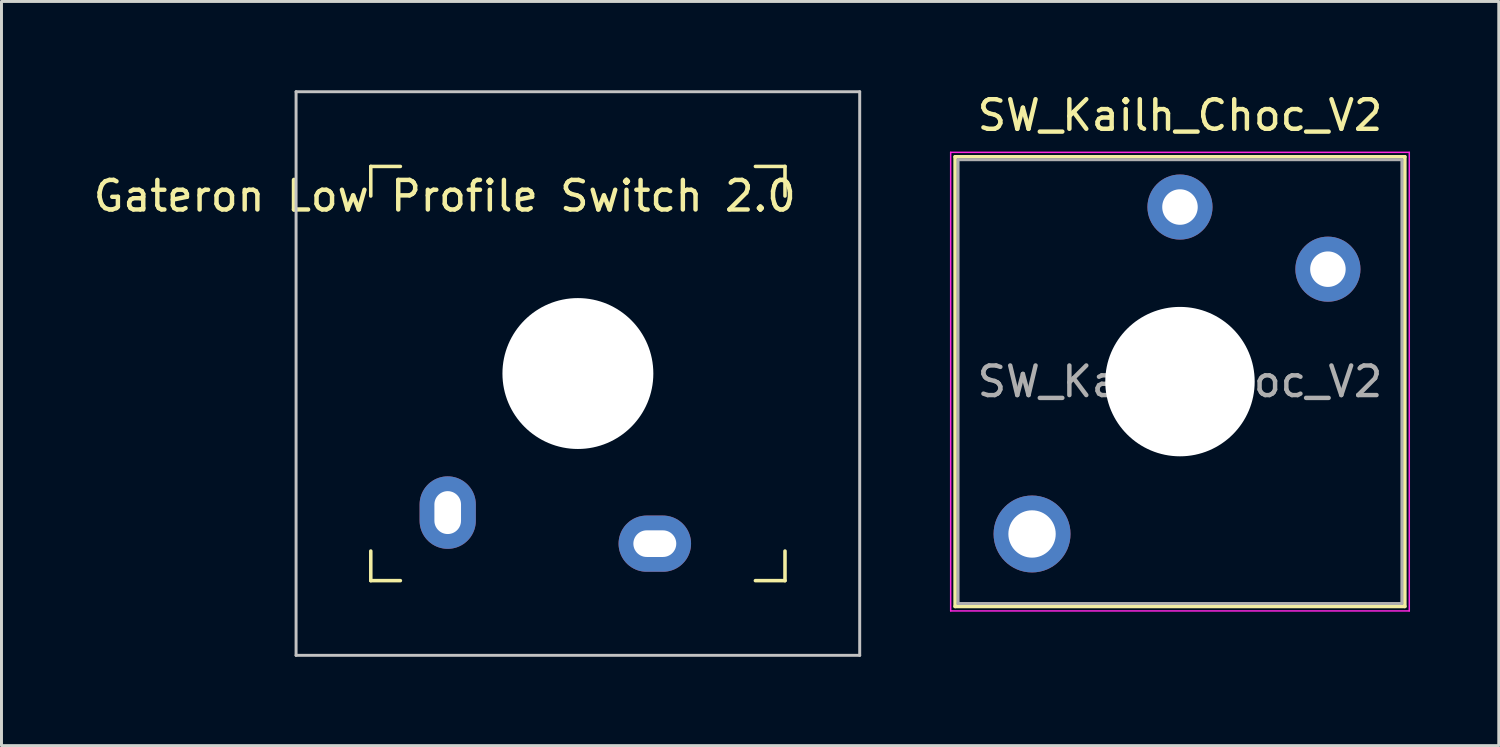
<source format=kicad_pcb>
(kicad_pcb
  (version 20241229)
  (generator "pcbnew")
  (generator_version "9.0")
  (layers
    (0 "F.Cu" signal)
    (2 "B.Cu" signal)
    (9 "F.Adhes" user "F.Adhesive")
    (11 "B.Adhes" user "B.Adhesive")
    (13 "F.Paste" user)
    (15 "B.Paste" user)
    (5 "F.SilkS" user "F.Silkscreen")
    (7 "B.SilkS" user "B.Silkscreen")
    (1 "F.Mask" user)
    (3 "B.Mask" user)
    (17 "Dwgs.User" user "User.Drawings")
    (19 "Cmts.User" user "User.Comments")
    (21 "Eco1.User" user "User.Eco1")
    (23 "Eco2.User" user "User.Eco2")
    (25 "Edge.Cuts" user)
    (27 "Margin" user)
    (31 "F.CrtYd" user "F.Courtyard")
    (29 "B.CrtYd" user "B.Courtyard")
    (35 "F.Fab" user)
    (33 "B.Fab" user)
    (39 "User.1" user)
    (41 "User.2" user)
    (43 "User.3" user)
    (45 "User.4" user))
  (footprint "SW_Kailh_Choc_V2"
    (layer "F.Cu")
    (at 36.832 9.848)
    (property "Reference" "SW_Kailh_Choc_V2" (at 0 -9 0) (layer "F.SilkS") (effects (font (size 1 1) (thickness 0.15))))
    (attr through_hole)
    (fp_line (start -7.6 -7.6) (end -7.6 7.6) (stroke (width 0.12) (type solid)) (layer "F.SilkS"))
    (fp_line (start -7.6 7.6) (end 7.6 7.6) (stroke (width 0.12) (type solid)) (layer "F.SilkS"))
    (fp_line (start 7.6 -7.6) (end -7.6 -7.6) (stroke (width 0.12) (type solid)) (layer "F.SilkS"))
    (fp_line (start 7.6 7.6) (end 7.6 -7.6) (stroke (width 0.12) (type solid)) (layer "F.SilkS"))
    (fp_line (start -7.25 -7.25) (end -7.25 7.25) (stroke (width 0.1) (type solid)) (layer "Eco1.User"))
    (fp_line (start -7.25 7.25) (end 7.25 7.25) (stroke (width 0.1) (type solid)) (layer "Eco1.User"))
    (fp_line (start 7.25 -7.25) (end -7.25 -7.25) (stroke (width 0.1) (type solid)) (layer "Eco1.User"))
    (fp_line (start 7.25 7.25) (end 7.25 -7.25) (stroke (width 0.1) (type solid)) (layer "Eco1.User"))
    (fp_line (start -7.75 -7.75) (end -7.75 7.75) (stroke (width 0.05) (type solid)) (layer "F.CrtYd"))
    (fp_line (start -7.75 7.75) (end 7.75 7.75) (stroke (width 0.05) (type solid)) (layer "F.CrtYd"))
    (fp_line (start 7.75 -7.75) (end -7.75 -7.75) (stroke (width 0.05) (type solid)) (layer "F.CrtYd"))
    (fp_line (start 7.75 7.75) (end 7.75 -7.75) (stroke (width 0.05) (type solid)) (layer "F.CrtYd"))
    (fp_line (start -7.5 -7.5) (end -7.5 7.5) (stroke (width 0.1) (type solid)) (layer "F.Fab"))
    (fp_line (start -7.5 7.5) (end 7.5 7.5) (stroke (width 0.1) (type solid)) (layer "F.Fab"))
    (fp_line (start 7.5 -7.5) (end -7.5 -7.5) (stroke (width 0.1) (type solid)) (layer "F.Fab"))
    (fp_line (start 7.5 7.5) (end 7.5 -7.5) (stroke (width 0.1) (type solid)) (layer "F.Fab"))
    (fp_text user "${REFERENCE}" (at 0 0 0) (layer "F.Fab") (effects (font (size 1 1) (thickness 0.15))))
    (pad "" thru_hole circle (at -5 5.15) (size 2.6 2.6) (drill 1.6) (layers "*.Cu" "*.Mask"))
    (pad "" np_thru_hole circle (at 0 0) (size 5.05 5.05) (drill 5.05) (layers "*.Cu" "*.Mask"))
    (pad "1" thru_hole circle (at 0 -5.9) (size 2.2 2.2) (drill 1.2) (layers "*.Cu" "*.Mask"))
    (pad "2" thru_hole circle (at 5 -3.8) (size 2.2 2.2) (drill 1.2) (layers "*.Cu" "*.Mask")))
  (footprint "Gateron Low Profile Switch 2.0"
    (layer "F.Cu")
    (at 16.482 9.575)
    (property "Reference" "Gateron Low Profile Switch 2.0" (at -4.5 -6 0) (unlocked yes) (layer "F.SilkS") (effects (font (size 1 1) (thickness 0.15))))
    (attr through_hole)
    (fp_line (start -7 -7) (end -7 -6) (stroke (width 0.12) (type solid)) (layer "F.SilkS"))
    (fp_line (start -7 -7) (end -6 -7) (stroke (width 0.12) (type solid)) (layer "F.SilkS"))
    (fp_line (start -7 7) (end -7 6) (stroke (width 0.12) (type solid)) (layer "F.SilkS"))
    (fp_line (start -6 7) (end -7 7) (stroke (width 0.12) (type solid)) (layer "F.SilkS"))
    (fp_line (start 6 -7) (end 7 -7) (stroke (width 0.12) (type solid)) (layer "F.SilkS"))
    (fp_line (start 7 -7) (end 7 -6) (stroke (width 0.12) (type solid)) (layer "F.SilkS"))
    (fp_line (start 7 6) (end 7 7) (stroke (width 0.12) (type solid)) (layer "F.SilkS"))
    (fp_line (start 7 7) (end 6 7) (stroke (width 0.12) (type solid)) (layer "F.SilkS"))
    (fp_line (start -9.525 -9.525) (end 9.525 -9.525) (stroke (width 0.1) (type solid)) (layer "Dwgs.User"))
    (fp_line (start -9.525 9.525) (end -9.525 -9.525) (stroke (width 0.1) (type solid)) (layer "Dwgs.User"))
    (fp_line (start 9.525 -9.525) (end 9.525 9.525) (stroke (width 0.1) (type solid)) (layer "Dwgs.User"))
    (fp_line (start 9.525 9.525) (end -9.525 9.525) (stroke (width 0.1) (type solid)) (layer "Dwgs.User"))
    (fp_line (start -7 -7) (end -7 7) (stroke (width 0.1) (type solid)) (layer "Eco1.User"))
    (fp_line (start -7 -7) (end 7 -7) (stroke (width 0.1) (type solid)) (layer "Eco1.User"))
    (fp_line (start -7 7) (end 7 7) (stroke (width 0.1) (type solid)) (layer "Eco1.User"))
    (fp_line (start 7 -7) (end 7 7) (stroke (width 0.1) (type solid)) (layer "Eco1.User"))
    (fp_rect (start 1.8 -6.3) (end -3.2 -4.05) (stroke (width 0.12) (type solid)) (fill no) (layer "Eco1.User"))
    (pad "" np_thru_hole circle (at 0 0) (size 5.1 5.1) (drill 5.1) (layers "*.Cu" "*.Mask"))
    (pad "1" thru_hole oval (at -4.4 4.7 90) (size 2.45 1.9) (drill oval 1.45 0.9) (layers "*.Cu" "*.Mask"))
    (pad "2" thru_hole oval (at 2.6 5.75) (size 2.45 1.9) (drill oval 1.45 0.9) (layers "*.Cu" "*.Mask")))
  (gr_rect
    (start -3 -3)
    (end 47.607 22.15)
    (stroke (width 0.1) (type default))
    (fill no)
    (layer "Edge.Cuts")))
</source>
